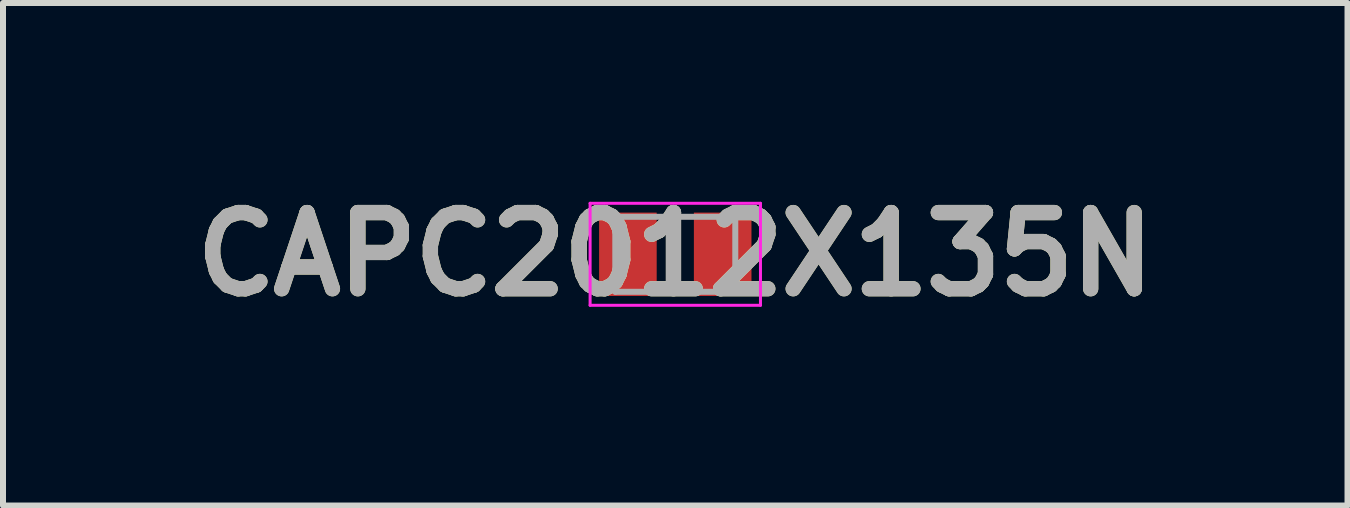
<source format=kicad_pcb>
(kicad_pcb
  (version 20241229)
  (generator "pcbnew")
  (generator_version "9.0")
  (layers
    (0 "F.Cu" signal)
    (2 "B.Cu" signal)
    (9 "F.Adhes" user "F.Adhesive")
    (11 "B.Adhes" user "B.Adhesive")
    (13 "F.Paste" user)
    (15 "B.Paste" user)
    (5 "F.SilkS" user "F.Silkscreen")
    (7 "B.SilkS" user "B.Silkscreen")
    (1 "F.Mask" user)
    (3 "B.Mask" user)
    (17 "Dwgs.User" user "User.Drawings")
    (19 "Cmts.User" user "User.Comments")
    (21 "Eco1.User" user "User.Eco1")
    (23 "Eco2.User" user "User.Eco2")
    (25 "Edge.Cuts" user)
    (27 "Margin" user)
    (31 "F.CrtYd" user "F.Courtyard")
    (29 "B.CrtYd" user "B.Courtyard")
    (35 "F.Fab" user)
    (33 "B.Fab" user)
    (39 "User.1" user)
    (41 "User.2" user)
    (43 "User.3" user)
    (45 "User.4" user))
  (footprint "CAPC2012X135N"
    (layer "F.Cu")
    (at 8.207 1.189)
    (property "Reference" "CAPC2012X135N" (at 0 0 0) (layer "F.SilkS") (effects (font (size 1.27 1.27) (thickness 0.254))))
    (attr smd)
    (fp_line (start -1.42 -0.85) (end 1.42 -0.85) (stroke (width 0.05) (type solid)) (layer "F.CrtYd"))
    (fp_line (start -1.42 0.85) (end -1.42 -0.85) (stroke (width 0.05) (type solid)) (layer "F.CrtYd"))
    (fp_line (start 1.42 -0.85) (end 1.42 0.85) (stroke (width 0.05) (type solid)) (layer "F.CrtYd"))
    (fp_line (start 1.42 0.85) (end -1.42 0.85) (stroke (width 0.05) (type solid)) (layer "F.CrtYd"))
    (fp_line (start -1 -0.625) (end 1 -0.625) (stroke (width 0.1) (type solid)) (layer "F.Fab"))
    (fp_line (start -1 0.625) (end -1 -0.625) (stroke (width 0.1) (type solid)) (layer "F.Fab"))
    (fp_line (start 1 -0.625) (end 1 0.625) (stroke (width 0.1) (type solid)) (layer "F.Fab"))
    (fp_line (start 1 0.625) (end -1 0.625) (stroke (width 0.1) (type solid)) (layer "F.Fab"))
    (fp_text user "${REFERENCE}" (at 0 0 0) (layer "F.Fab") (effects (font (size 1.27 1.27) (thickness 0.254))))
    (pad "1" smd rect (at -0.79 0) (size 0.96 1.39) (layers "F.Cu" "F.Mask" "F.Paste"))
    (pad "2" smd rect (at 0.79 0) (size 0.96 1.39) (layers "F.Cu" "F.Mask" "F.Paste")))
  (gr_rect
    (start -3 -3)
    (end 19.413 5.377)
    (stroke (width 0.1) (type default))
    (fill no)
    (layer "Edge.Cuts")))
</source>
